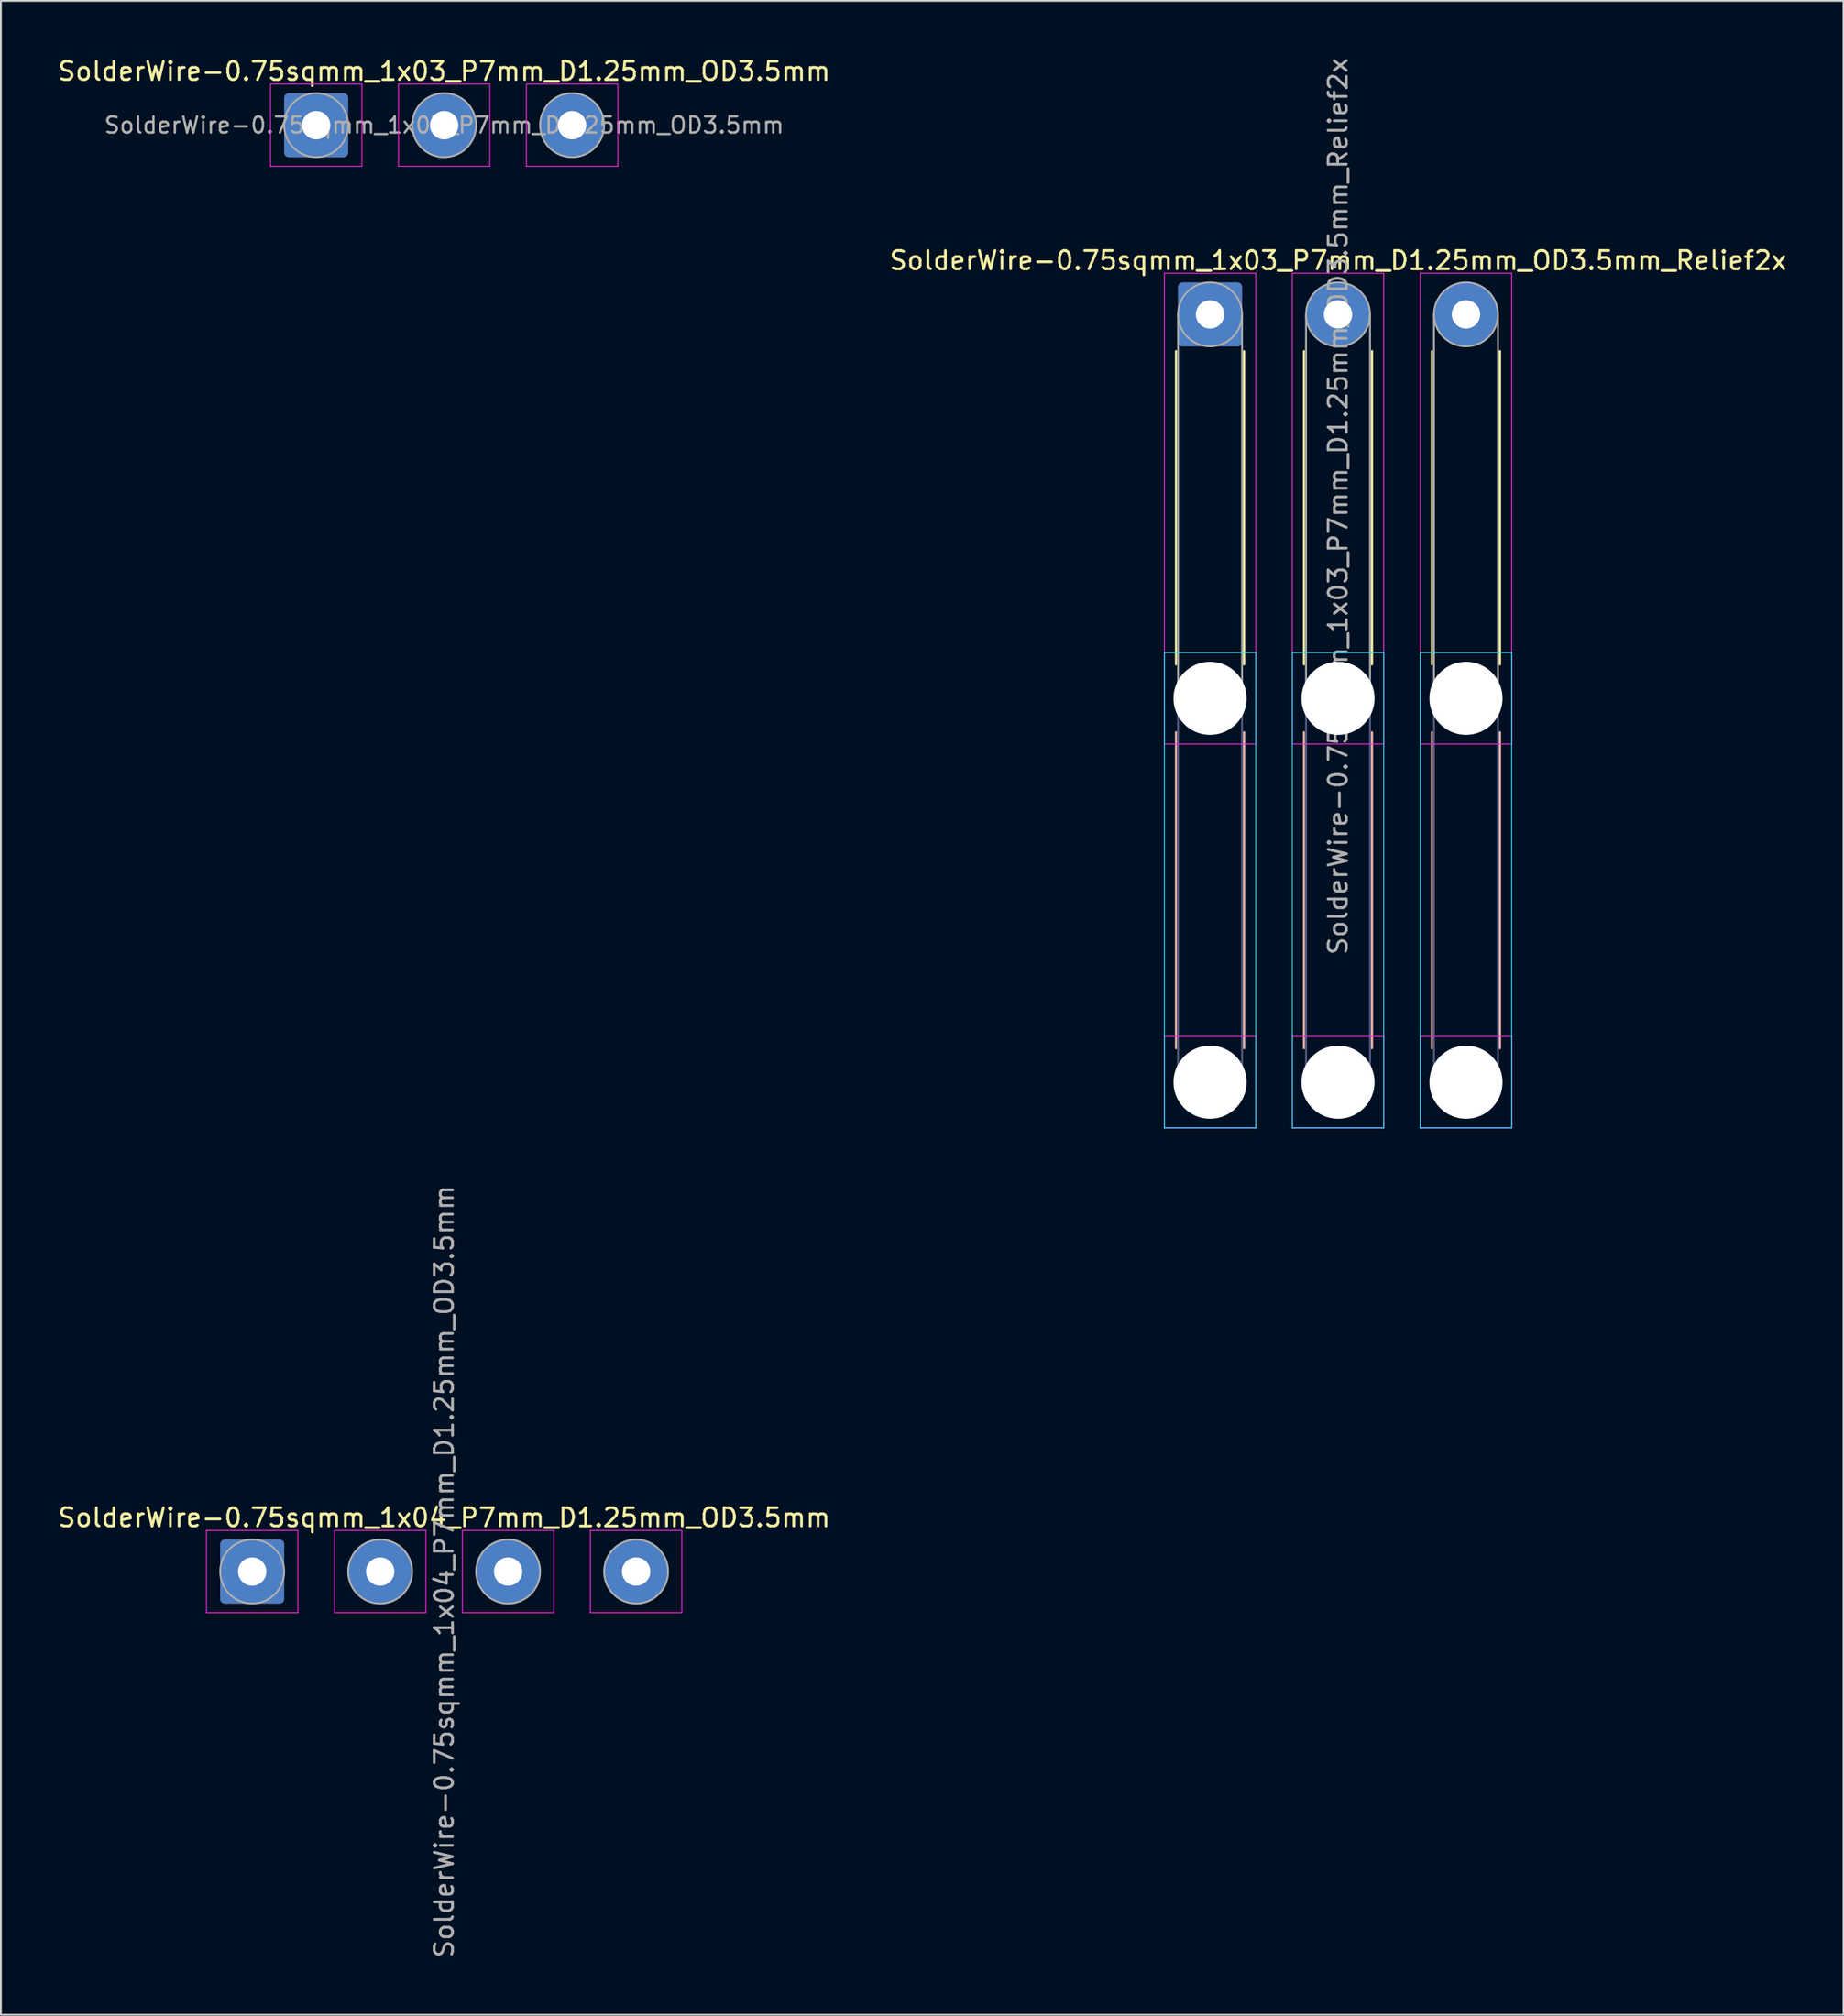
<source format=kicad_pcb>
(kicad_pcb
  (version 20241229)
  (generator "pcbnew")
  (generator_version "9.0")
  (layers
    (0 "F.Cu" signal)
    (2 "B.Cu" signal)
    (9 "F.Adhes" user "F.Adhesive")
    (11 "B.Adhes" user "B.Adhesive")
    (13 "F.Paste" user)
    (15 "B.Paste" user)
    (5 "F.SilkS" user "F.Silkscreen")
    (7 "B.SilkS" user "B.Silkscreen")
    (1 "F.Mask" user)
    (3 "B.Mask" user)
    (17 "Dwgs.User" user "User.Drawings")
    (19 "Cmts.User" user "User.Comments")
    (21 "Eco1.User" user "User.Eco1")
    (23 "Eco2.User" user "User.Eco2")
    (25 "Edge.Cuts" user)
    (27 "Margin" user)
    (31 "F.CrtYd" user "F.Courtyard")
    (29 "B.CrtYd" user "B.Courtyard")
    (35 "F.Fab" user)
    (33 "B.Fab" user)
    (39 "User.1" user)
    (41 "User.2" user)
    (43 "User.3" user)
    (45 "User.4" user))
  (footprint "SolderWire-0.75sqmm_1x03_P7mm_D1.25mm_OD3.5mm_Relief2x"
    (layer "F.Cu")
    (at 63.137 14.149)
    (property "Reference" "SolderWire-0.75sqmm_1x03_P7mm_D1.25mm_OD3.5mm_Relief2x" (at 7 -2.95 0) (layer "F.SilkS") (effects (font (size 1 1) (thickness 0.15))))
    (attr exclude_from_pos_files exclude_from_bom)
    (fp_line (start -1.86 2.01) (end -1.86 19.14) (stroke (width 0.12) (type solid)) (layer "F.SilkS"))
    (fp_line (start 1.86 2.01) (end 1.86 19.14) (stroke (width 0.12) (type solid)) (layer "F.SilkS"))
    (fp_line (start 5.14 2.01) (end 5.14 19.14) (stroke (width 0.12) (type solid)) (layer "F.SilkS"))
    (fp_line (start 8.86 2.01) (end 8.86 19.14) (stroke (width 0.12) (type solid)) (layer "F.SilkS"))
    (fp_line (start 12.14 2.01) (end 12.14 19.14) (stroke (width 0.12) (type solid)) (layer "F.SilkS"))
    (fp_line (start 15.86 2.01) (end 15.86 19.14) (stroke (width 0.12) (type solid)) (layer "F.SilkS"))
    (fp_line (start -1.86 22.86) (end -1.86 40.14) (stroke (width 0.12) (type solid)) (layer "B.SilkS"))
    (fp_line (start 1.86 22.86) (end 1.86 40.14) (stroke (width 0.12) (type solid)) (layer "B.SilkS"))
    (fp_line (start 5.14 22.86) (end 5.14 40.14) (stroke (width 0.12) (type solid)) (layer "B.SilkS"))
    (fp_line (start 8.86 22.86) (end 8.86 40.14) (stroke (width 0.12) (type solid)) (layer "B.SilkS"))
    (fp_line (start 12.14 22.86) (end 12.14 40.14) (stroke (width 0.12) (type solid)) (layer "B.SilkS"))
    (fp_line (start 15.86 22.86) (end 15.86 40.14) (stroke (width 0.12) (type solid)) (layer "B.SilkS"))
    (fp_line (start -2.5 18.5) (end -2.5 44.5) (stroke (width 0.05) (type solid)) (layer "B.CrtYd"))
    (fp_line (start -2.5 44.5) (end 2.5 44.5) (stroke (width 0.05) (type solid)) (layer "B.CrtYd"))
    (fp_line (start 2.5 18.5) (end -2.5 18.5) (stroke (width 0.05) (type solid)) (layer "B.CrtYd"))
    (fp_line (start 2.5 44.5) (end 2.5 18.5) (stroke (width 0.05) (type solid)) (layer "B.CrtYd"))
    (fp_line (start 4.5 18.5) (end 4.5 44.5) (stroke (width 0.05) (type solid)) (layer "B.CrtYd"))
    (fp_line (start 4.5 44.5) (end 9.5 44.5) (stroke (width 0.05) (type solid)) (layer "B.CrtYd"))
    (fp_line (start 9.5 18.5) (end 4.5 18.5) (stroke (width 0.05) (type solid)) (layer "B.CrtYd"))
    (fp_line (start 9.5 44.5) (end 9.5 18.5) (stroke (width 0.05) (type solid)) (layer "B.CrtYd"))
    (fp_line (start 11.5 18.5) (end 11.5 44.5) (stroke (width 0.05) (type solid)) (layer "B.CrtYd"))
    (fp_line (start 11.5 44.5) (end 16.5 44.5) (stroke (width 0.05) (type solid)) (layer "B.CrtYd"))
    (fp_line (start 16.5 18.5) (end 11.5 18.5) (stroke (width 0.05) (type solid)) (layer "B.CrtYd"))
    (fp_line (start 16.5 44.5) (end 16.5 18.5) (stroke (width 0.05) (type solid)) (layer "B.CrtYd"))
    (fp_line (start -2.5 -2.25) (end -2.5 23.5) (stroke (width 0.05) (type solid)) (layer "F.CrtYd"))
    (fp_line (start -2.5 23.5) (end 2.5 23.5) (stroke (width 0.05) (type solid)) (layer "F.CrtYd"))
    (fp_line (start -2.5 39.5) (end -2.5 44.5) (stroke (width 0.05) (type solid)) (layer "F.CrtYd"))
    (fp_line (start -2.5 44.5) (end 2.5 44.5) (stroke (width 0.05) (type solid)) (layer "F.CrtYd"))
    (fp_line (start 2.5 -2.25) (end -2.5 -2.25) (stroke (width 0.05) (type solid)) (layer "F.CrtYd"))
    (fp_line (start 2.5 23.5) (end 2.5 -2.25) (stroke (width 0.05) (type solid)) (layer "F.CrtYd"))
    (fp_line (start 2.5 39.5) (end -2.5 39.5) (stroke (width 0.05) (type solid)) (layer "F.CrtYd"))
    (fp_line (start 2.5 44.5) (end 2.5 39.5) (stroke (width 0.05) (type solid)) (layer "F.CrtYd"))
    (fp_line (start 4.5 -2.25) (end 4.5 23.5) (stroke (width 0.05) (type solid)) (layer "F.CrtYd"))
    (fp_line (start 4.5 23.5) (end 9.5 23.5) (stroke (width 0.05) (type solid)) (layer "F.CrtYd"))
    (fp_line (start 4.5 39.5) (end 4.5 44.5) (stroke (width 0.05) (type solid)) (layer "F.CrtYd"))
    (fp_line (start 4.5 44.5) (end 9.5 44.5) (stroke (width 0.05) (type solid)) (layer "F.CrtYd"))
    (fp_line (start 9.5 -2.25) (end 4.5 -2.25) (stroke (width 0.05) (type solid)) (layer "F.CrtYd"))
    (fp_line (start 9.5 23.5) (end 9.5 -2.25) (stroke (width 0.05) (type solid)) (layer "F.CrtYd"))
    (fp_line (start 9.5 39.5) (end 4.5 39.5) (stroke (width 0.05) (type solid)) (layer "F.CrtYd"))
    (fp_line (start 9.5 44.5) (end 9.5 39.5) (stroke (width 0.05) (type solid)) (layer "F.CrtYd"))
    (fp_line (start 11.5 -2.25) (end 11.5 23.5) (stroke (width 0.05) (type solid)) (layer "F.CrtYd"))
    (fp_line (start 11.5 23.5) (end 16.5 23.5) (stroke (width 0.05) (type solid)) (layer "F.CrtYd"))
    (fp_line (start 11.5 39.5) (end 11.5 44.5) (stroke (width 0.05) (type solid)) (layer "F.CrtYd"))
    (fp_line (start 11.5 44.5) (end 16.5 44.5) (stroke (width 0.05) (type solid)) (layer "F.CrtYd"))
    (fp_line (start 16.5 -2.25) (end 11.5 -2.25) (stroke (width 0.05) (type solid)) (layer "F.CrtYd"))
    (fp_line (start 16.5 23.5) (end 16.5 -2.25) (stroke (width 0.05) (type solid)) (layer "F.CrtYd"))
    (fp_line (start 16.5 39.5) (end 11.5 39.5) (stroke (width 0.05) (type solid)) (layer "F.CrtYd"))
    (fp_line (start 16.5 44.5) (end 16.5 39.5) (stroke (width 0.05) (type solid)) (layer "F.CrtYd"))
    (fp_line (start -1.75 21) (end -1.75 42) (stroke (width 0.1) (type solid)) (layer "B.Fab"))
    (fp_line (start 1.75 21) (end 1.75 42) (stroke (width 0.1) (type solid)) (layer "B.Fab"))
    (fp_line (start 5.25 21) (end 5.25 42) (stroke (width 0.1) (type solid)) (layer "B.Fab"))
    (fp_line (start 8.75 21) (end 8.75 42) (stroke (width 0.1) (type solid)) (layer "B.Fab"))
    (fp_line (start 12.25 21) (end 12.25 42) (stroke (width 0.1) (type solid)) (layer "B.Fab"))
    (fp_line (start 15.75 21) (end 15.75 42) (stroke (width 0.1) (type solid)) (layer "B.Fab"))
    (fp_circle (center 0 21) (end 1.75 21) (stroke (width 0.1) (type solid)) (fill no) (layer "B.Fab"))
    (fp_circle (center 0 42) (end 1.75 42) (stroke (width 0.1) (type solid)) (fill no) (layer "B.Fab"))
    (fp_circle (center 7 21) (end 8.75 21) (stroke (width 0.1) (type solid)) (fill no) (layer "B.Fab"))
    (fp_circle (center 7 42) (end 8.75 42) (stroke (width 0.1) (type solid)) (fill no) (layer "B.Fab"))
    (fp_circle (center 14 21) (end 15.75 21) (stroke (width 0.1) (type solid)) (fill no) (layer "B.Fab"))
    (fp_circle (center 14 42) (end 15.75 42) (stroke (width 0.1) (type solid)) (fill no) (layer "B.Fab"))
    (fp_line (start -1.75 0) (end -1.75 21) (stroke (width 0.1) (type solid)) (layer "F.Fab"))
    (fp_line (start 1.75 0) (end 1.75 21) (stroke (width 0.1) (type solid)) (layer "F.Fab"))
    (fp_line (start 5.25 0) (end 5.25 21) (stroke (width 0.1) (type solid)) (layer "F.Fab"))
    (fp_line (start 8.75 0) (end 8.75 21) (stroke (width 0.1) (type solid)) (layer "F.Fab"))
    (fp_line (start 12.25 0) (end 12.25 21) (stroke (width 0.1) (type solid)) (layer "F.Fab"))
    (fp_line (start 15.75 0) (end 15.75 21) (stroke (width 0.1) (type solid)) (layer "F.Fab"))
    (fp_circle (center 0 0) (end 1.75 0) (stroke (width 0.1) (type solid)) (fill no) (layer "F.Fab"))
    (fp_circle (center 0 21) (end 1.75 21) (stroke (width 0.1) (type solid)) (fill no) (layer "F.Fab"))
    (fp_circle (center 0 42) (end 1.75 42) (stroke (width 0.1) (type solid)) (fill no) (layer "F.Fab"))
    (fp_circle (center 7 0) (end 8.75 0) (stroke (width 0.1) (type solid)) (fill no) (layer "F.Fab"))
    (fp_circle (center 7 21) (end 8.75 21) (stroke (width 0.1) (type solid)) (fill no) (layer "F.Fab"))
    (fp_circle (center 7 42) (end 8.75 42) (stroke (width 0.1) (type solid)) (fill no) (layer "F.Fab"))
    (fp_circle (center 14 0) (end 15.75 0) (stroke (width 0.1) (type solid)) (fill no) (layer "F.Fab"))
    (fp_circle (center 14 21) (end 15.75 21) (stroke (width 0.1) (type solid)) (fill no) (layer "F.Fab"))
    (fp_circle (center 14 42) (end 15.75 42) (stroke (width 0.1) (type solid)) (fill no) (layer "F.Fab"))
    (fp_text user "${REFERENCE}" (at 7 10.5 90) (layer "F.Fab") (effects (font (size 1 1) (thickness 0.15))))
    (pad "" np_thru_hole circle (at 0 21) (size 4 4) (drill 4) (layers "*.Cu" "*.Mask"))
    (pad "" np_thru_hole circle (at 0 42) (size 4 4) (drill 4) (layers "*.Cu" "*.Mask"))
    (pad "" np_thru_hole circle (at 7 21) (size 4 4) (drill 4) (layers "*.Cu" "*.Mask"))
    (pad "" np_thru_hole circle (at 7 42) (size 4 4) (drill 4) (layers "*.Cu" "*.Mask"))
    (pad "" np_thru_hole circle (at 14 21) (size 4 4) (drill 4) (layers "*.Cu" "*.Mask"))
    (pad "" np_thru_hole circle (at 14 42) (size 4 4) (drill 4) (layers "*.Cu" "*.Mask"))
    (pad "1" thru_hole roundrect (at 0 0) (size 3.5 3.5) (drill 1.55) (layers "*.Cu" "*.Mask") (roundrect_rratio 0.071))
    (pad "2" thru_hole circle (at 7 0) (size 3.5 3.5) (drill 1.55) (layers "*.Cu" "*.Mask"))
    (pad "3" thru_hole circle (at 14 0) (size 3.5 3.5) (drill 1.55) (layers "*.Cu" "*.Mask")))
  (footprint "SolderWire-0.75sqmm_1x03_P7mm_D1.25mm_OD3.5mm"
    (layer "F.Cu")
    (at 14.244 3.798)
    (property "Reference" "SolderWire-0.75sqmm_1x03_P7mm_D1.25mm_OD3.5mm" (at 7 -2.95 0) (layer "F.SilkS") (effects (font (size 1 1) (thickness 0.15))))
    (attr exclude_from_pos_files exclude_from_bom)
    (fp_line (start -2.5 -2.25) (end -2.5 2.25) (stroke (width 0.05) (type solid)) (layer "F.CrtYd"))
    (fp_line (start -2.5 2.25) (end 2.5 2.25) (stroke (width 0.05) (type solid)) (layer "F.CrtYd"))
    (fp_line (start 2.5 -2.25) (end -2.5 -2.25) (stroke (width 0.05) (type solid)) (layer "F.CrtYd"))
    (fp_line (start 2.5 2.25) (end 2.5 -2.25) (stroke (width 0.05) (type solid)) (layer "F.CrtYd"))
    (fp_line (start 4.5 -2.25) (end 4.5 2.25) (stroke (width 0.05) (type solid)) (layer "F.CrtYd"))
    (fp_line (start 4.5 2.25) (end 9.5 2.25) (stroke (width 0.05) (type solid)) (layer "F.CrtYd"))
    (fp_line (start 9.5 -2.25) (end 4.5 -2.25) (stroke (width 0.05) (type solid)) (layer "F.CrtYd"))
    (fp_line (start 9.5 2.25) (end 9.5 -2.25) (stroke (width 0.05) (type solid)) (layer "F.CrtYd"))
    (fp_line (start 11.5 -2.25) (end 11.5 2.25) (stroke (width 0.05) (type solid)) (layer "F.CrtYd"))
    (fp_line (start 11.5 2.25) (end 16.5 2.25) (stroke (width 0.05) (type solid)) (layer "F.CrtYd"))
    (fp_line (start 16.5 -2.25) (end 11.5 -2.25) (stroke (width 0.05) (type solid)) (layer "F.CrtYd"))
    (fp_line (start 16.5 2.25) (end 16.5 -2.25) (stroke (width 0.05) (type solid)) (layer "F.CrtYd"))
    (fp_circle (center 0 0) (end 1.75 0) (stroke (width 0.1) (type solid)) (fill no) (layer "F.Fab"))
    (fp_circle (center 7 0) (end 8.75 0) (stroke (width 0.1) (type solid)) (fill no) (layer "F.Fab"))
    (fp_circle (center 14 0) (end 15.75 0) (stroke (width 0.1) (type solid)) (fill no) (layer "F.Fab"))
    (fp_text user "${REFERENCE}" (at 7 0 0) (layer "F.Fab") (effects (font (size 0.88 0.88) (thickness 0.13))))
    (pad "1" thru_hole roundrect (at 0 0) (size 3.5 3.5) (drill 1.55) (layers "*.Cu" "*.Mask") (roundrect_rratio 0.071))
    (pad "2" thru_hole circle (at 7 0) (size 3.5 3.5) (drill 1.55) (layers "*.Cu" "*.Mask"))
    (pad "3" thru_hole circle (at 14 0) (size 3.5 3.5) (drill 1.55) (layers "*.Cu" "*.Mask")))
  (footprint "SolderWire-0.75sqmm_1x04_P7mm_D1.25mm_OD3.5mm"
    (layer "F.Cu")
    (at 10.744 82.918)
    (property "Reference" "SolderWire-0.75sqmm_1x04_P7mm_D1.25mm_OD3.5mm" (at 10.5 -2.95 0) (layer "F.SilkS") (effects (font (size 1 1) (thickness 0.15))))
    (attr exclude_from_pos_files exclude_from_bom)
    (fp_line (start -2.5 -2.25) (end -2.5 2.25) (stroke (width 0.05) (type solid)) (layer "F.CrtYd"))
    (fp_line (start -2.5 2.25) (end 2.5 2.25) (stroke (width 0.05) (type solid)) (layer "F.CrtYd"))
    (fp_line (start 2.5 -2.25) (end -2.5 -2.25) (stroke (width 0.05) (type solid)) (layer "F.CrtYd"))
    (fp_line (start 2.5 2.25) (end 2.5 -2.25) (stroke (width 0.05) (type solid)) (layer "F.CrtYd"))
    (fp_line (start 4.5 -2.25) (end 4.5 2.25) (stroke (width 0.05) (type solid)) (layer "F.CrtYd"))
    (fp_line (start 4.5 2.25) (end 9.5 2.25) (stroke (width 0.05) (type solid)) (layer "F.CrtYd"))
    (fp_line (start 9.5 -2.25) (end 4.5 -2.25) (stroke (width 0.05) (type solid)) (layer "F.CrtYd"))
    (fp_line (start 9.5 2.25) (end 9.5 -2.25) (stroke (width 0.05) (type solid)) (layer "F.CrtYd"))
    (fp_line (start 11.5 -2.25) (end 11.5 2.25) (stroke (width 0.05) (type solid)) (layer "F.CrtYd"))
    (fp_line (start 11.5 2.25) (end 16.5 2.25) (stroke (width 0.05) (type solid)) (layer "F.CrtYd"))
    (fp_line (start 16.5 -2.25) (end 11.5 -2.25) (stroke (width 0.05) (type solid)) (layer "F.CrtYd"))
    (fp_line (start 16.5 2.25) (end 16.5 -2.25) (stroke (width 0.05) (type solid)) (layer "F.CrtYd"))
    (fp_line (start 18.5 -2.25) (end 18.5 2.25) (stroke (width 0.05) (type solid)) (layer "F.CrtYd"))
    (fp_line (start 18.5 2.25) (end 23.5 2.25) (stroke (width 0.05) (type solid)) (layer "F.CrtYd"))
    (fp_line (start 23.5 -2.25) (end 18.5 -2.25) (stroke (width 0.05) (type solid)) (layer "F.CrtYd"))
    (fp_line (start 23.5 2.25) (end 23.5 -2.25) (stroke (width 0.05) (type solid)) (layer "F.CrtYd"))
    (fp_circle (center 0 0) (end 1.75 0) (stroke (width 0.1) (type solid)) (fill no) (layer "F.Fab"))
    (fp_circle (center 7 0) (end 8.75 0) (stroke (width 0.1) (type solid)) (fill no) (layer "F.Fab"))
    (fp_circle (center 14 0) (end 15.75 0) (stroke (width 0.1) (type solid)) (fill no) (layer "F.Fab"))
    (fp_circle (center 21 0) (end 22.75 0) (stroke (width 0.1) (type solid)) (fill no) (layer "F.Fab"))
    (fp_text user "${REFERENCE}" (at 10.5 0 90) (layer "F.Fab") (effects (font (size 1 1) (thickness 0.15))))
    (pad "1" thru_hole roundrect (at 0 0) (size 3.5 3.5) (drill 1.55) (layers "*.Cu" "*.Mask") (roundrect_rratio 0.071))
    (pad "2" thru_hole circle (at 7 0) (size 3.5 3.5) (drill 1.55) (layers "*.Cu" "*.Mask"))
    (pad "3" thru_hole circle (at 14 0) (size 3.5 3.5) (drill 1.55) (layers "*.Cu" "*.Mask"))
    (pad "4" thru_hole circle (at 21 0) (size 3.5 3.5) (drill 1.55) (layers "*.Cu" "*.Mask")))
  (gr_rect
    (start -3 -3)
    (end 97.786 107.162)
    (stroke (width 0.1) (type default))
    (fill no)
    (layer "Edge.Cuts")))
</source>
